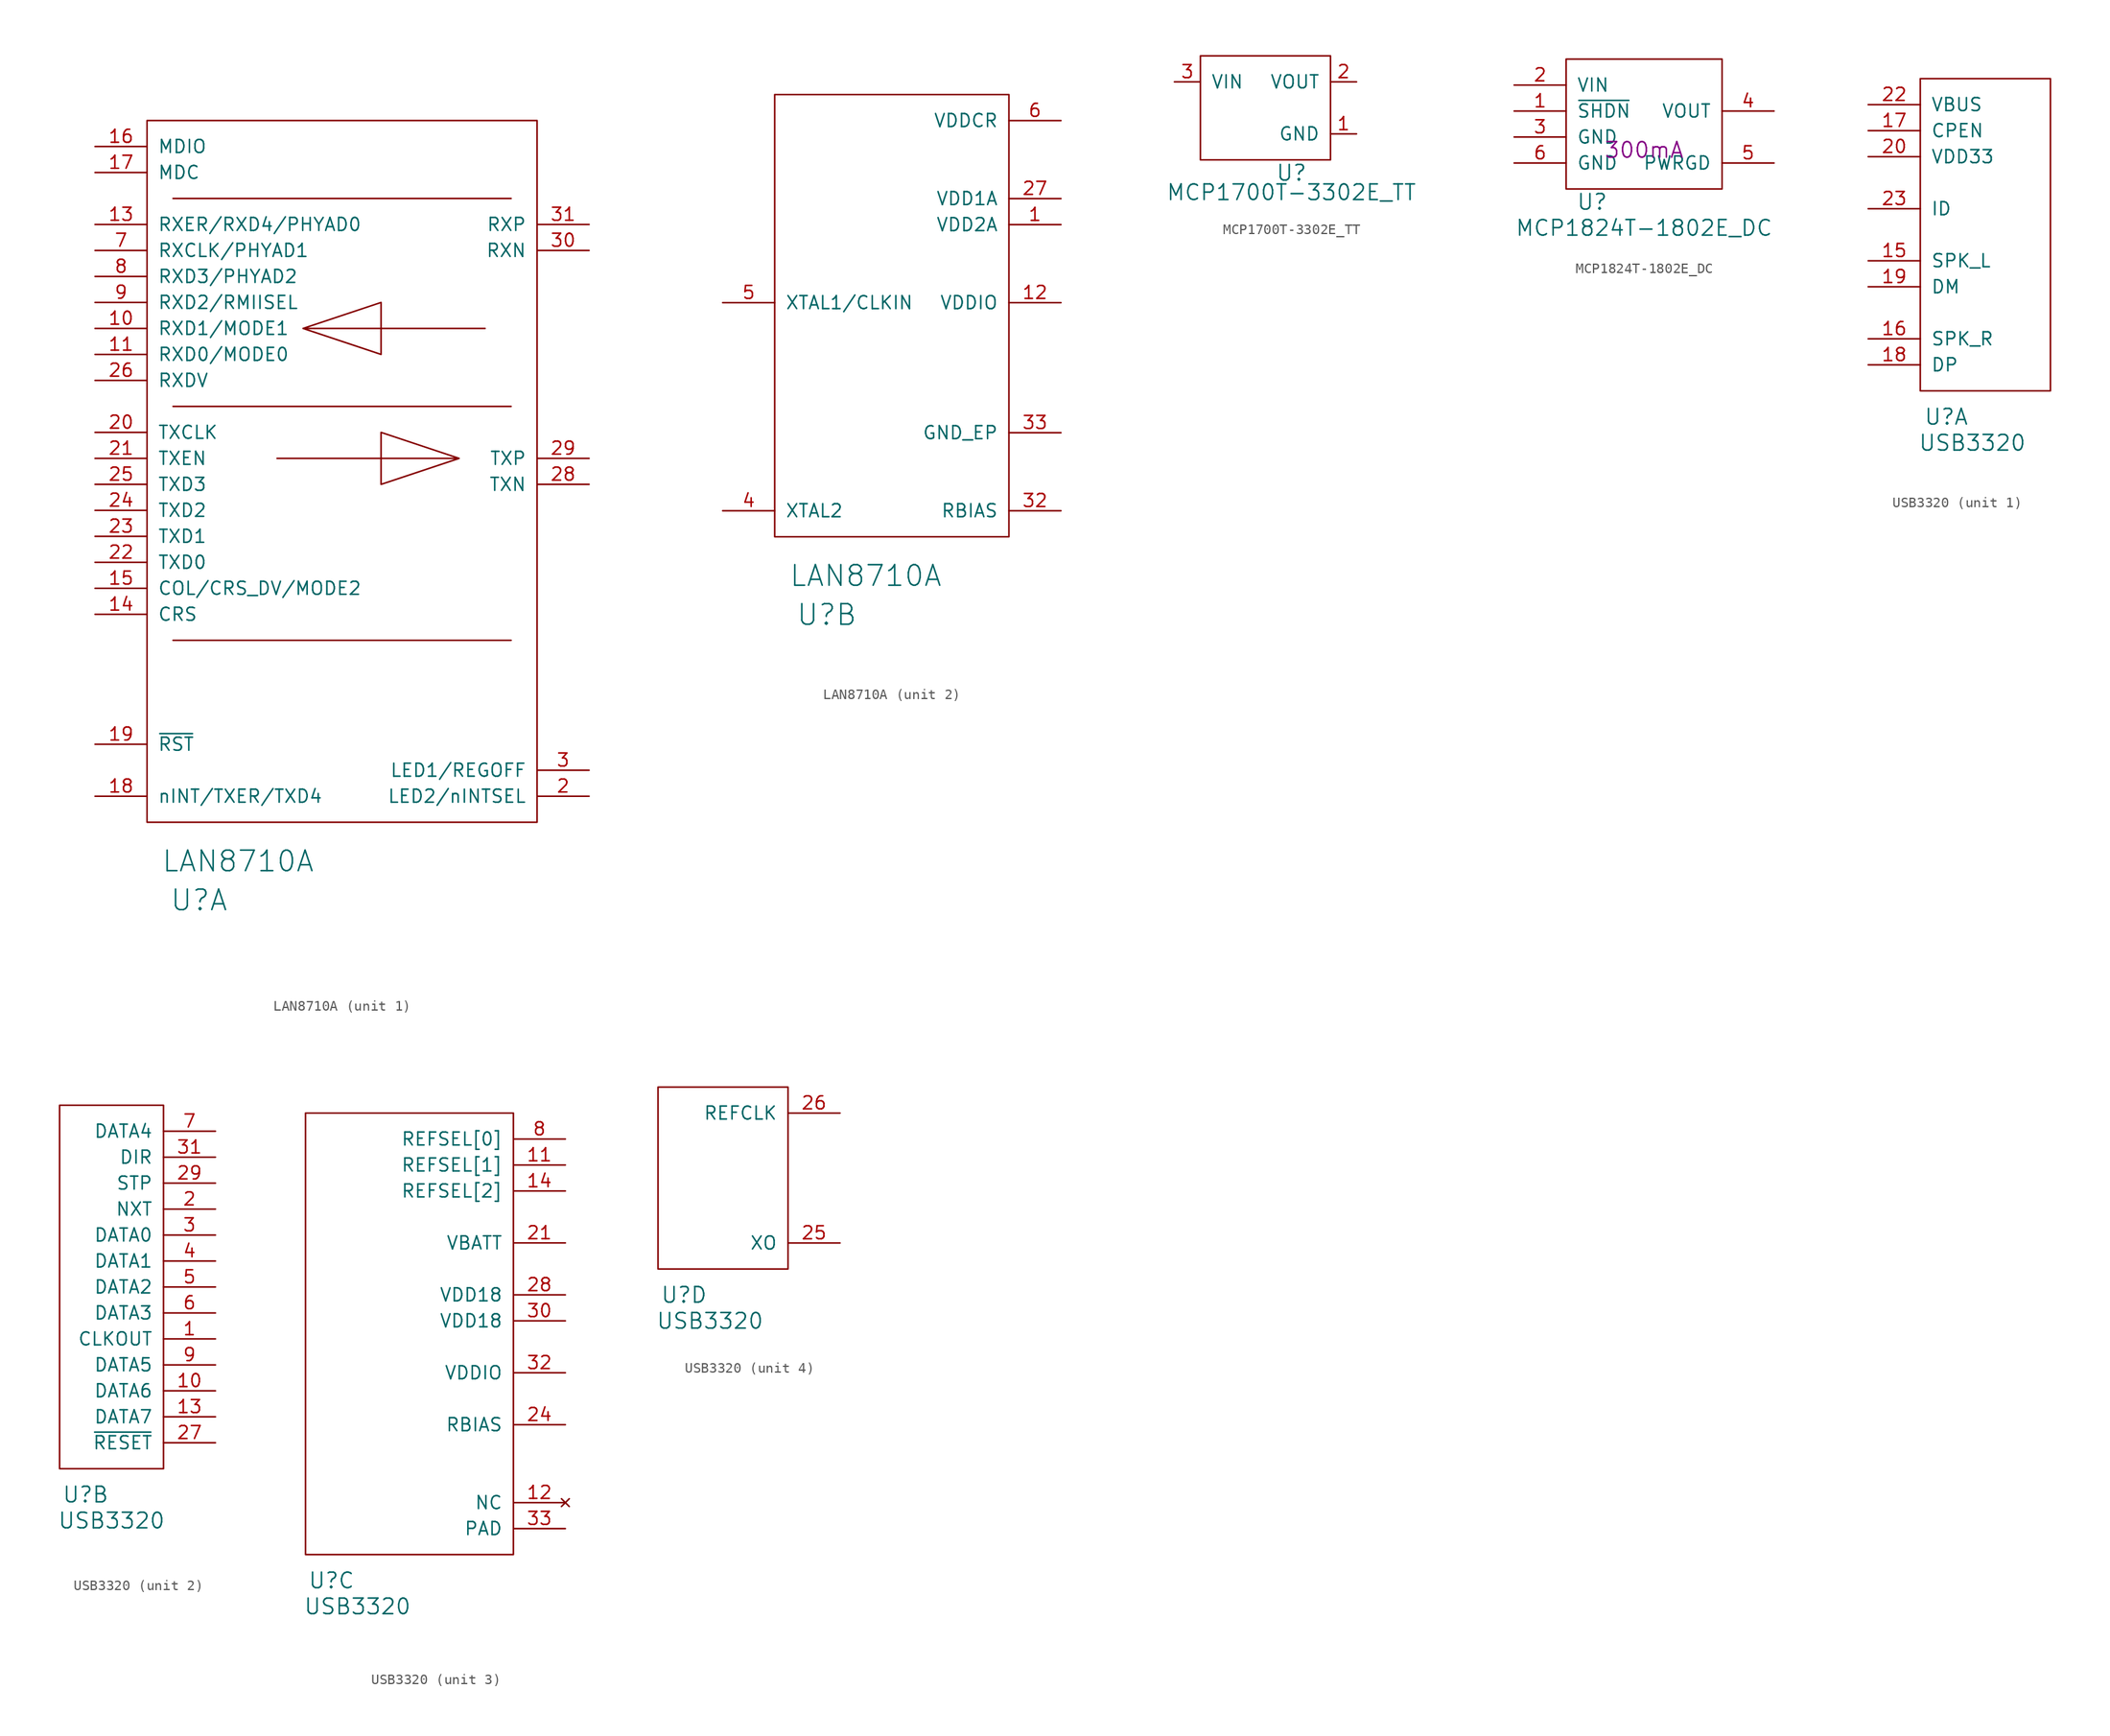
<source format=kicad_sym>
(kicad_symbol_lib
  (version 20220914)
  (generator kicad_symbol_editor)
  (symbol "LAN8710A"
    (pin_names
      (offset 1.016))
    (property "Reference" "U"
      (at 5.08 -7.62 0)
      (effects (font (size 2.007 2.007))))
    (property "Value" "LAN8710A"
      (at 8.89 -3.81 0)
      (effects (font (size 2.007 2.007))))
    (property "Footprint" ""
      (at -2.54 33.02 0)
      (effects (font (size 2.007 2.007))))
    (property "Datasheet" ""
      (at -2.54 33.02 0)
      (effects (font (size 2.007 2.007))))
    (property "ki_locked" ""
      (at 0 0 0)
      (effects (font (size 1.27 1.27))))
    (symbol "LAN8710A_1_1"
      (polyline (pts (xy 2.54 17.78) (xy 35.56 17.78)) (stroke (width 0) (type solid)) (fill (type none)))
      (polyline (pts (xy 2.54 40.64) (xy 35.56 40.64)) (stroke (width 0) (type solid)) (fill (type none)))
      (polyline (pts (xy 2.54 60.96) (xy 35.56 60.96)) (stroke (width 0) (type solid)) (fill (type none)))
      (polyline (pts (xy 12.7 35.56) (xy 30.48 35.56) (xy 22.86 33.02) (xy 22.86 38.1) (xy 30.48 35.56)) (stroke (width 0) (type solid)) (fill (type none)))
      (polyline (pts (xy 33.02 48.26) (xy 15.24 48.26) (xy 22.86 50.8) (xy 22.86 45.72) (xy 15.24 48.26)) (stroke (width 0) (type solid)) (fill (type none)))
      (rectangle (start 0 0) (end 38.1 68.58) (stroke (width 0) (type solid)) (fill (type none)))
      (pin bidirectional line (at -5.08 48.26 0) (length 5.08) (name "RXD1/MODE1" (effects (font (size 1.27 1.27)))) (number "10" (effects (font (size 1.27 1.27)))))
      (pin bidirectional line (at -5.08 45.72 0) (length 5.08) (name "RXD0/MODE0" (effects (font (size 1.27 1.27)))) (number "11" (effects (font (size 1.27 1.27)))))
      (pin output line (at -5.08 58.42 0) (length 5.08) (name "RXER/RXD4/PHYAD0" (effects (font (size 1.27 1.27)))) (number "13" (effects (font (size 1.27 1.27)))))
      (pin output line (at -5.08 20.32 0) (length 5.08) (name "CRS" (effects (font (size 1.27 1.27)))) (number "14" (effects (font (size 1.27 1.27)))))
      (pin output line (at -5.08 22.86 0) (length 5.08) (name "COL/CRS_DV/MODE2" (effects (font (size 1.27 1.27)))) (number "15" (effects (font (size 1.27 1.27)))))
      (pin bidirectional line (at -5.08 66.04 0) (length 5.08) (name "MDIO" (effects (font (size 1.27 1.27)))) (number "16" (effects (font (size 1.27 1.27)))))
      (pin input line (at -5.08 63.5 0) (length 5.08) (name "MDC" (effects (font (size 1.27 1.27)))) (number "17" (effects (font (size 1.27 1.27)))))
      (pin output line (at -5.08 2.54 0) (length 5.08) (name "nINT/TXER/TXD4" (effects (font (size 1.27 1.27)))) (number "18" (effects (font (size 1.27 1.27)))))
      (pin input line (at -5.08 7.62 0) (length 5.08) (name "~{RST}" (effects (font (size 1.27 1.27)))) (number "19" (effects (font (size 1.27 1.27)))))
      (pin output line (at 43.18 2.54 180) (length 5.08) (name "LED2/nINTSEL" (effects (font (size 1.27 1.27)))) (number "2" (effects (font (size 1.27 1.27)))))
      (pin output line (at -5.08 38.1 0) (length 5.08) (name "TXCLK" (effects (font (size 1.27 1.27)))) (number "20" (effects (font (size 1.27 1.27)))))
      (pin input line (at -5.08 35.56 0) (length 5.08) (name "TXEN" (effects (font (size 1.27 1.27)))) (number "21" (effects (font (size 1.27 1.27)))))
      (pin input line (at -5.08 25.4 0) (length 5.08) (name "TXD0" (effects (font (size 1.27 1.27)))) (number "22" (effects (font (size 1.27 1.27)))))
      (pin input line (at -5.08 27.94 0) (length 5.08) (name "TXD1" (effects (font (size 1.27 1.27)))) (number "23" (effects (font (size 1.27 1.27)))))
      (pin input line (at -5.08 30.48 0) (length 5.08) (name "TXD2" (effects (font (size 1.27 1.27)))) (number "24" (effects (font (size 1.27 1.27)))))
      (pin input line (at -5.08 33.02 0) (length 5.08) (name "TXD3" (effects (font (size 1.27 1.27)))) (number "25" (effects (font (size 1.27 1.27)))))
      (pin output line (at -5.08 43.18 0) (length 5.08) (name "RXDV" (effects (font (size 1.27 1.27)))) (number "26" (effects (font (size 1.27 1.27)))))
      (pin bidirectional line (at 43.18 33.02 180) (length 5.08) (name "TXN" (effects (font (size 1.27 1.27)))) (number "28" (effects (font (size 1.27 1.27)))))
      (pin bidirectional line (at 43.18 35.56 180) (length 5.08) (name "TXP" (effects (font (size 1.27 1.27)))) (number "29" (effects (font (size 1.27 1.27)))))
      (pin output line (at 43.18 5.08 180) (length 5.08) (name "LED1/REGOFF" (effects (font (size 1.27 1.27)))) (number "3" (effects (font (size 1.27 1.27)))))
      (pin bidirectional line (at 43.18 55.88 180) (length 5.08) (name "RXN" (effects (font (size 1.27 1.27)))) (number "30" (effects (font (size 1.27 1.27)))))
      (pin bidirectional line (at 43.18 58.42 180) (length 5.08) (name "RXP" (effects (font (size 1.27 1.27)))) (number "31" (effects (font (size 1.27 1.27)))))
      (pin output line (at -5.08 55.88 0) (length 5.08) (name "RXCLK/PHYAD1" (effects (font (size 1.27 1.27)))) (number "7" (effects (font (size 1.27 1.27)))))
      (pin bidirectional line (at -5.08 53.34 0) (length 5.08) (name "RXD3/PHYAD2" (effects (font (size 1.27 1.27)))) (number "8" (effects (font (size 1.27 1.27)))))
      (pin bidirectional line (at -5.08 50.8 0) (length 5.08) (name "RXD2/RMIISEL" (effects (font (size 1.27 1.27)))) (number "9" (effects (font (size 1.27 1.27))))))
    (symbol "LAN8710A_2_1"
      (rectangle (start 0 43.18) (end 22.86 0) (stroke (width 0) (type solid)) (fill (type none)))
      (pin power_in line (at 27.94 30.48 180) (length 5.08) (name "VDD2A" (effects (font (size 1.27 1.27)))) (number "1" (effects (font (size 1.27 1.27)))))
      (pin power_in line (at 27.94 22.86 180) (length 5.08) (name "VDDIO" (effects (font (size 1.27 1.27)))) (number "12" (effects (font (size 1.27 1.27)))))
      (pin passive line (at 27.94 33.02 180) (length 5.08) (name "VDD1A" (effects (font (size 1.27 1.27)))) (number "27" (effects (font (size 1.27 1.27)))))
      (pin output line (at 27.94 2.54 180) (length 5.08) (name "RBIAS" (effects (font (size 1.27 1.27)))) (number "32" (effects (font (size 1.27 1.27)))))
      (pin power_in line (at 27.94 10.16 180) (length 5.08) (name "GND_EP" (effects (font (size 1.27 1.27)))) (number "33" (effects (font (size 1.27 1.27)))))
      (pin output line (at -5.08 2.54 0) (length 5.08) (name "XTAL2" (effects (font (size 1.27 1.27)))) (number "4" (effects (font (size 1.27 1.27)))))
      (pin input line (at -5.08 22.86 0) (length 5.08) (name "XTAL1/CLKIN" (effects (font (size 1.27 1.27)))) (number "5" (effects (font (size 1.27 1.27)))))
      (pin passive line (at 27.94 40.64 180) (length 5.08) (name "VDDCR" (effects (font (size 1.27 1.27)))) (number "6" (effects (font (size 1.27 1.27)))))))
  (symbol "MCP1700T-3302E_TT"
    (pin_names
      (offset 1.016))
    (property "Reference" "U"
      (at 8.89 -1.27 0)
      (effects (font (size 1.524 1.524))))
    (property "Value" "MCP1700T-3302E_TT"
      (at 8.89 -3.175 0)
      (effects (font (size 1.524 1.524))))
    (symbol "MCP1700T-3302E_TT_1_1"
      (rectangle (start 0 10.16) (end 12.7 0) (stroke (width 0) (type solid)) (fill (type none)))
      (pin power_in line (at 15.24 2.54 180) (length 2.54) (name "GND" (effects (font (size 1.27 1.27)))) (number "1" (effects (font (size 1.27 1.27)))))
      (pin power_out line (at 15.24 7.62 180) (length 2.54) (name "VOUT" (effects (font (size 1.27 1.27)))) (number "2" (effects (font (size 1.27 1.27)))))
      (pin power_in line (at -2.54 7.62 0) (length 2.54) (name "VIN" (effects (font (size 1.27 1.27)))) (number "3" (effects (font (size 1.27 1.27)))))))
  (symbol "MCP1824T-1802E_DC"
    (pin_names
      (offset 1.016))
    (property "Reference" "U"
      (at 2.54 -1.27 0)
      (effects (font (size 1.524 1.524))))
    (property "Value" "MCP1824T-1802E_DC"
      (at 7.62 -3.81 0)
      (effects (font (size 1.524 1.524))))
    (property "Rating" "300mA"
      (at 7.62 3.81 0)
      (effects (font (size 1.524 1.524))))
    (symbol "MCP1824T-1802E_DC_0_1"
      (rectangle (start 0 12.7) (end 15.24 0) (stroke (width 0) (type solid)) (fill (type none))))
    (symbol "MCP1824T-1802E_DC_1_1"
      (pin input line (at -5.08 7.62 0) (length 5.08) (name "~{SHDN}" (effects (font (size 1.27 1.27)))) (number "1" (effects (font (size 1.27 1.27)))))
      (pin power_in line (at -5.08 10.16 0) (length 5.08) (name "VIN" (effects (font (size 1.27 1.27)))) (number "2" (effects (font (size 1.27 1.27)))))
      (pin power_in line (at -5.08 5.08 0) (length 5.08) (name "GND" (effects (font (size 1.27 1.27)))) (number "3" (effects (font (size 1.27 1.27)))))
      (pin power_out line (at 20.32 7.62 180) (length 5.08) (name "VOUT" (effects (font (size 1.27 1.27)))) (number "4" (effects (font (size 1.27 1.27)))))
      (pin open_collector line (at 20.32 2.54 180) (length 5.08) (name "PWRGD" (effects (font (size 1.27 1.27)))) (number "5" (effects (font (size 1.27 1.27)))))
      (pin power_in line (at -5.08 2.54 0) (length 5.08) (name "GND" (effects (font (size 1.27 1.27)))) (number "6" (effects (font (size 1.27 1.27)))))))
  (symbol "USB3320"
    (pin_names
      (offset 1.016))
    (property "Reference" "U"
      (at 2.54 -2.54 0)
      (effects (font (size 1.524 1.524))))
    (property "Value" "USB3320"
      (at 5.08 -5.08 0)
      (effects (font (size 1.524 1.524))))
    (property "Datasheet" ""
      (at 2.54 -2.54 0)
      (effects (font (size 1.524 1.524))))
    (property "ki_locked" ""
      (at 0 0 0)
      (effects (font (size 1.27 1.27))))
    (symbol "USB3320_1_1"
      (rectangle (start 0 0) (end 12.7 30.48) (stroke (width 0) (type solid)) (fill (type none)))
      (pin output line (at -5.08 12.7 0) (length 5.08) (name "SPK_L" (effects (font (size 1.27 1.27)))) (number "15" (effects (font (size 1.27 1.27)))))
      (pin output line (at -5.08 5.08 0) (length 5.08) (name "SPK_R" (effects (font (size 1.27 1.27)))) (number "16" (effects (font (size 1.27 1.27)))))
      (pin output line (at -5.08 25.4 0) (length 5.08) (name "CPEN" (effects (font (size 1.27 1.27)))) (number "17" (effects (font (size 1.27 1.27)))))
      (pin bidirectional line (at -5.08 2.54 0) (length 5.08) (name "DP" (effects (font (size 1.27 1.27)))) (number "18" (effects (font (size 1.27 1.27)))))
      (pin bidirectional line (at -5.08 10.16 0) (length 5.08) (name "DM" (effects (font (size 1.27 1.27)))) (number "19" (effects (font (size 1.27 1.27)))))
      (pin passive line (at -5.08 22.86 0) (length 5.08) (name "VDD33" (effects (font (size 1.27 1.27)))) (number "20" (effects (font (size 1.27 1.27)))))
      (pin input line (at -5.08 27.94 0) (length 5.08) (name "VBUS" (effects (font (size 1.27 1.27)))) (number "22" (effects (font (size 1.27 1.27)))))
      (pin output line (at -5.08 17.78 0) (length 5.08) (name "ID" (effects (font (size 1.27 1.27)))) (number "23" (effects (font (size 1.27 1.27))))))
    (symbol "USB3320_2_1"
      (rectangle (start 0 0) (end 10.16 35.56) (stroke (width 0) (type solid)) (fill (type none)))
      (pin bidirectional line (at 15.24 12.7 180) (length 5.08) (name "CLKOUT" (effects (font (size 1.27 1.27)))) (number "1" (effects (font (size 1.27 1.27)))))
      (pin bidirectional line (at 15.24 7.62 180) (length 5.08) (name "DATA6" (effects (font (size 1.27 1.27)))) (number "10" (effects (font (size 1.27 1.27)))))
      (pin bidirectional line (at 15.24 5.08 180) (length 5.08) (name "DATA7" (effects (font (size 1.27 1.27)))) (number "13" (effects (font (size 1.27 1.27)))))
      (pin output line (at 15.24 25.4 180) (length 5.08) (name "NXT" (effects (font (size 1.27 1.27)))) (number "2" (effects (font (size 1.27 1.27)))))
      (pin input line (at 15.24 2.54 180) (length 5.08) (name "~{RESET}" (effects (font (size 1.27 1.27)))) (number "27" (effects (font (size 1.27 1.27)))))
      (pin input line (at 15.24 27.94 180) (length 5.08) (name "STP" (effects (font (size 1.27 1.27)))) (number "29" (effects (font (size 1.27 1.27)))))
      (pin bidirectional line (at 15.24 22.86 180) (length 5.08) (name "DATA0" (effects (font (size 1.27 1.27)))) (number "3" (effects (font (size 1.27 1.27)))))
      (pin output line (at 15.24 30.48 180) (length 5.08) (name "DIR" (effects (font (size 1.27 1.27)))) (number "31" (effects (font (size 1.27 1.27)))))
      (pin bidirectional line (at 15.24 20.32 180) (length 5.08) (name "DATA1" (effects (font (size 1.27 1.27)))) (number "4" (effects (font (size 1.27 1.27)))))
      (pin bidirectional line (at 15.24 17.78 180) (length 5.08) (name "DATA2" (effects (font (size 1.27 1.27)))) (number "5" (effects (font (size 1.27 1.27)))))
      (pin bidirectional line (at 15.24 15.24 180) (length 5.08) (name "DATA3" (effects (font (size 1.27 1.27)))) (number "6" (effects (font (size 1.27 1.27)))))
      (pin bidirectional line (at 15.24 33.02 180) (length 5.08) (name "DATA4" (effects (font (size 1.27 1.27)))) (number "7" (effects (font (size 1.27 1.27)))))
      (pin bidirectional line (at 15.24 10.16 180) (length 5.08) (name "DATA5" (effects (font (size 1.27 1.27)))) (number "9" (effects (font (size 1.27 1.27))))))
    (symbol "USB3320_3_1"
      (rectangle (start 0 0) (end 20.32 43.18) (stroke (width 0) (type solid)) (fill (type none)))
      (pin input line (at 25.4 38.1 180) (length 5.08) (name "REFSEL[1]" (effects (font (size 1.27 1.27)))) (number "11" (effects (font (size 1.27 1.27)))))
      (pin no_connect line (at 25.4 5.08 180) (length 5.08) (name "NC" (effects (font (size 1.27 1.27)))) (number "12" (effects (font (size 1.27 1.27)))))
      (pin input line (at 25.4 35.56 180) (length 5.08) (name "REFSEL[2]" (effects (font (size 1.27 1.27)))) (number "14" (effects (font (size 1.27 1.27)))))
      (pin power_in line (at 25.4 30.48 180) (length 5.08) (name "VBATT" (effects (font (size 1.27 1.27)))) (number "21" (effects (font (size 1.27 1.27)))))
      (pin input line (at 25.4 12.7 180) (length 5.08) (name "RBIAS" (effects (font (size 1.27 1.27)))) (number "24" (effects (font (size 1.27 1.27)))))
      (pin power_in line (at 25.4 25.4 180) (length 5.08) (name "VDD18" (effects (font (size 1.27 1.27)))) (number "28" (effects (font (size 1.27 1.27)))))
      (pin power_in line (at 25.4 22.86 180) (length 5.08) (name "VDD18" (effects (font (size 1.27 1.27)))) (number "30" (effects (font (size 1.27 1.27)))))
      (pin power_in line (at 25.4 17.78 180) (length 5.08) (name "VDDIO" (effects (font (size 1.27 1.27)))) (number "32" (effects (font (size 1.27 1.27)))))
      (pin power_in line (at 25.4 2.54 180) (length 5.08) (name "PAD" (effects (font (size 1.27 1.27)))) (number "33" (effects (font (size 1.27 1.27)))))
      (pin input line (at 25.4 40.64 180) (length 5.08) (name "REFSEL[0]" (effects (font (size 1.27 1.27)))) (number "8" (effects (font (size 1.27 1.27))))))
    (symbol "USB3320_4_1"
      (rectangle (start 0 0) (end 12.7 17.78) (stroke (width 0) (type solid)) (fill (type none)))
      (pin output line (at 17.78 2.54 180) (length 5.08) (name "XO" (effects (font (size 1.27 1.27)))) (number "25" (effects (font (size 1.27 1.27)))))
      (pin input line (at 17.78 15.24 180) (length 5.08) (name "REFCLK" (effects (font (size 1.27 1.27)))) (number "26" (effects (font (size 1.27 1.27))))))))
</source>
